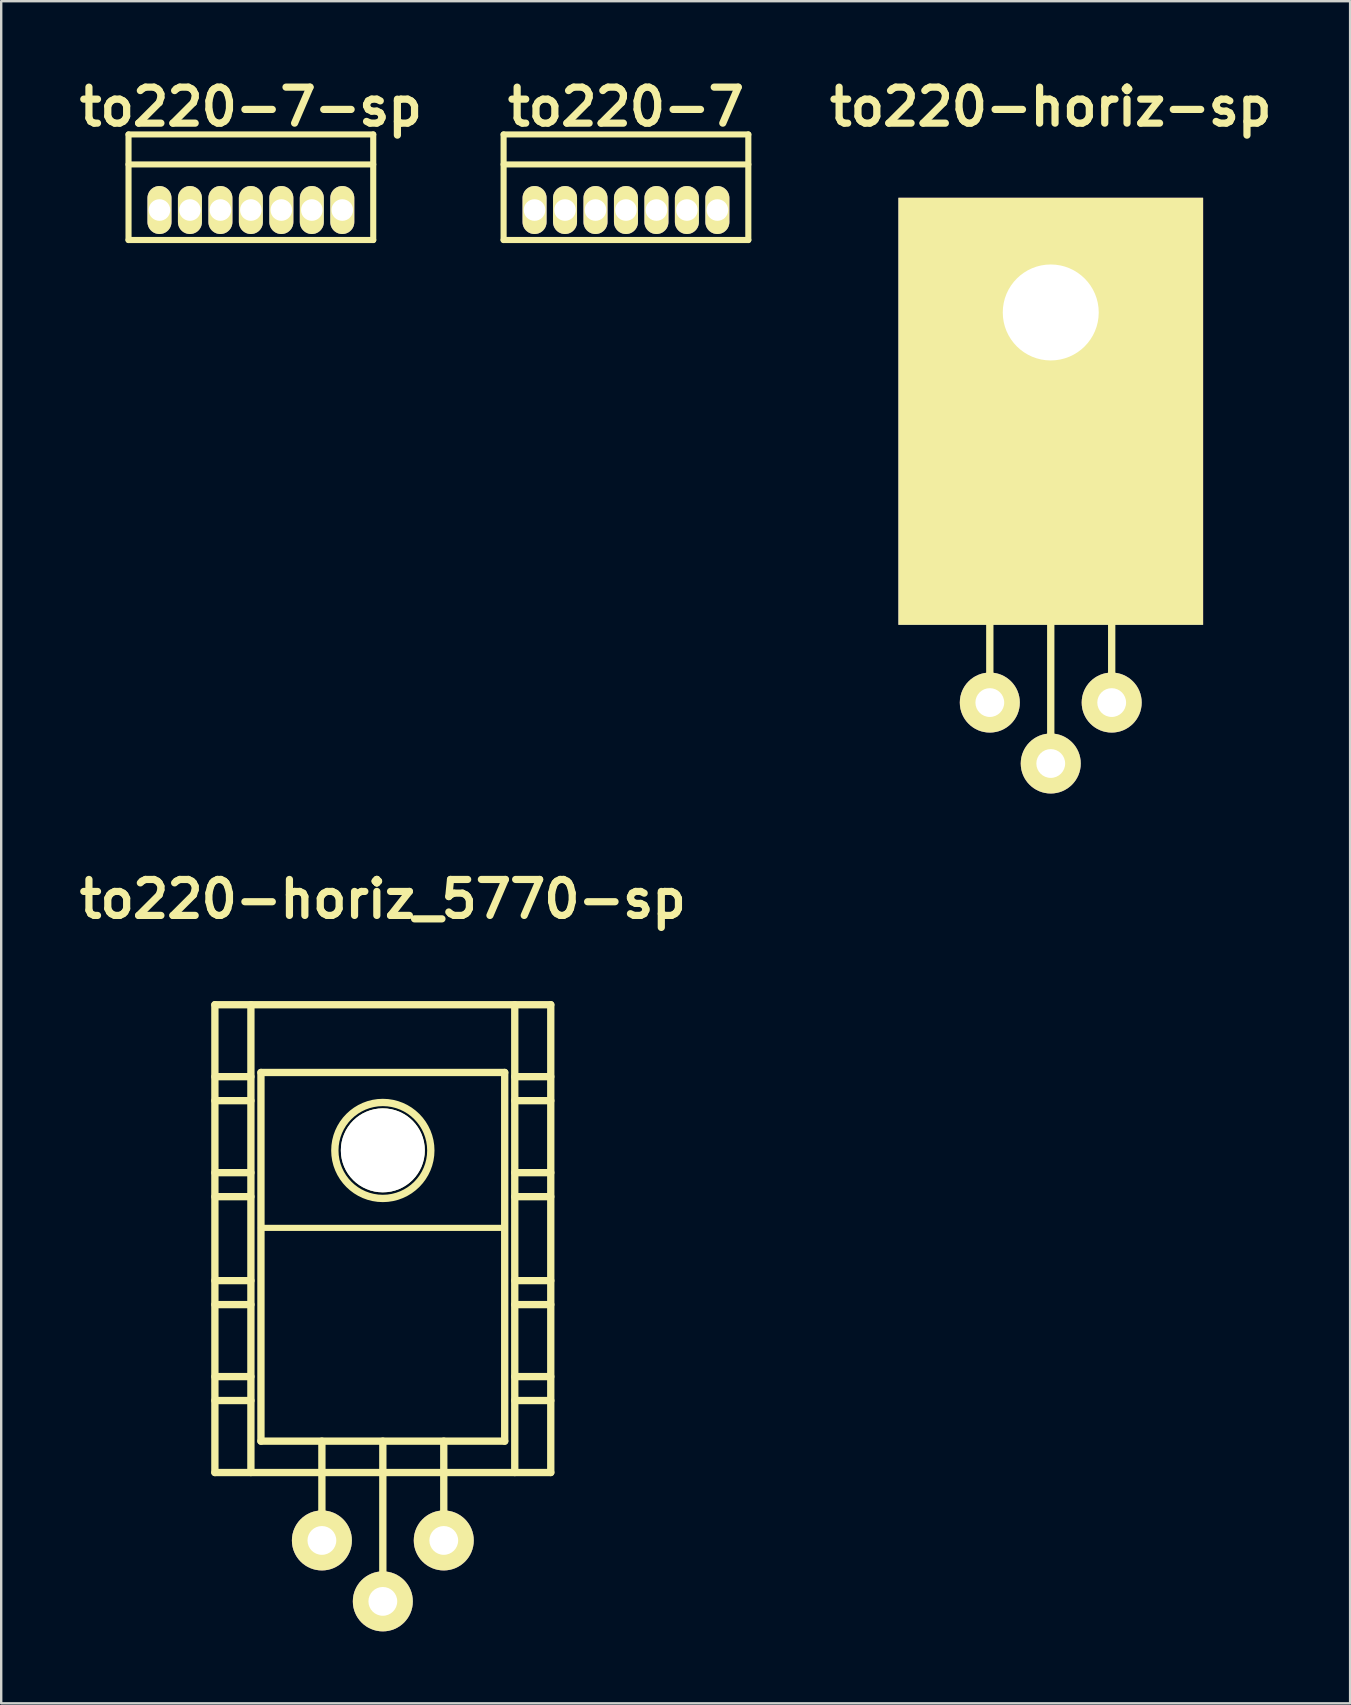
<source format=kicad_pcb>
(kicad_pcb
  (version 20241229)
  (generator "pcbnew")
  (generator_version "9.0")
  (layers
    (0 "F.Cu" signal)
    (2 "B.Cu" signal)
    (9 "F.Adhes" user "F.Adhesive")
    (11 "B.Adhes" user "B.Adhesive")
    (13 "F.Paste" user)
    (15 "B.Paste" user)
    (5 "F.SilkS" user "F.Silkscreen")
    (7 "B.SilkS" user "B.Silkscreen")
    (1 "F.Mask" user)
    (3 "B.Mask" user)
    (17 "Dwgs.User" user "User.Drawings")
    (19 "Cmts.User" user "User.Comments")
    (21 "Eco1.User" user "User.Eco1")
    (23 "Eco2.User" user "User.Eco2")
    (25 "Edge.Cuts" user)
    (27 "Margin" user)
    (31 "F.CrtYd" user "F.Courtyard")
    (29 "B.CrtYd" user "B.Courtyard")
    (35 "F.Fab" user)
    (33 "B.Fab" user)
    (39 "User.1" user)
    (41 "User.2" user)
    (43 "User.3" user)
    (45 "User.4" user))
  (footprint "to220-7"
    (layer "F.Cu")
    (at 23.041 5.704)
    (property "Reference" "to220-7" (at 0 -4.3 0) (layer "F.SilkS") (effects (font (size 1.5 1.5) (thickness 0.3))))
    (attr through_hole)
    (fp_line (start -5.1 -3.15) (end -5.1 1.25) (stroke (width 0.254) (type solid)) (layer "F.SilkS"))
    (fp_line (start -5.1 -1.9) (end 5.1 -1.9) (stroke (width 0.254) (type solid)) (layer "F.SilkS"))
    (fp_line (start -5.1 1.25) (end 5.1 1.25) (stroke (width 0.254) (type solid)) (layer "F.SilkS"))
    (fp_line (start 5.1 -3.15) (end -5.1 -3.15) (stroke (width 0.254) (type solid)) (layer "F.SilkS"))
    (fp_line (start 5.1 1.25) (end 5.1 -3.15) (stroke (width 0.254) (type solid)) (layer "F.SilkS"))
    (pad "1" thru_hole oval (at 3.81 0) (size 1 2) (drill 0.9) (layers "*.Cu" "*.Mask" "F.SilkS"))
    (pad "2" thru_hole oval (at 2.54 0) (size 1 2) (drill 0.9) (layers "*.Cu" "*.Mask" "F.SilkS"))
    (pad "3" thru_hole oval (at 1.27 0) (size 1 2) (drill 0.9) (layers "*.Cu" "*.Mask" "F.SilkS"))
    (pad "4" thru_hole oval (at 0 0) (size 1 2) (drill 0.9) (layers "*.Cu" "*.Mask" "F.SilkS"))
    (pad "5" thru_hole oval (at -1.27 0) (size 1 2) (drill 0.9) (layers "*.Cu" "*.Mask" "F.SilkS"))
    (pad "6" thru_hole oval (at -2.54 0) (size 1 2) (drill 0.9) (layers "*.Cu" "*.Mask" "F.SilkS"))
    (pad "7" thru_hole oval (at -3.81 0) (size 1 2) (drill 0.9) (layers "*.Cu" "*.Mask" "F.SilkS")))
  (footprint "to220-7-sp"
    (layer "F.Cu")
    (at 7.407 5.704)
    (property "Reference" "to220-7-sp" (at 0 -4.3 0) (layer "F.SilkS") (effects (font (size 1.5 1.5) (thickness 0.3))))
    (attr through_hole)
    (fp_line (start -5.1 -3.15) (end -5.1 1.25) (stroke (width 0.254) (type solid)) (layer "F.SilkS"))
    (fp_line (start -5.1 -1.9) (end 5.1 -1.9) (stroke (width 0.254) (type solid)) (layer "F.SilkS"))
    (fp_line (start -5.1 1.25) (end 5.1 1.25) (stroke (width 0.254) (type solid)) (layer "F.SilkS"))
    (fp_line (start 5.1 -3.15) (end -5.1 -3.15) (stroke (width 0.254) (type solid)) (layer "F.SilkS"))
    (fp_line (start 5.1 1.25) (end 5.1 -3.15) (stroke (width 0.254) (type solid)) (layer "F.SilkS"))
    (pad "1" thru_hole oval (at -3.81 0) (size 1 2) (drill 0.9) (layers "*.Cu" "*.Mask" "F.SilkS"))
    (pad "2" thru_hole oval (at -2.54 0) (size 1 2) (drill 0.9) (layers "*.Cu" "*.Mask" "F.SilkS"))
    (pad "3" thru_hole oval (at -1.27 0) (size 1 2) (drill 0.9) (layers "*.Cu" "*.Mask" "F.SilkS"))
    (pad "4" thru_hole oval (at 0 0) (size 1 2) (drill 0.9) (layers "*.Cu" "*.Mask" "F.SilkS"))
    (pad "5" thru_hole oval (at 1.27 0) (size 1 2) (drill 0.9) (layers "*.Cu" "*.Mask" "F.SilkS"))
    (pad "6" thru_hole oval (at 2.54 0) (size 1 2) (drill 0.9) (layers "*.Cu" "*.Mask" "F.SilkS"))
    (pad "7" thru_hole oval (at 3.81 0) (size 1 2) (drill 0.9) (layers "*.Cu" "*.Mask" "F.SilkS")))
  (footprint "to220-horiz-sp"
    (layer "F.Cu")
    (at 40.747 17.904)
    (property "Reference" "to220-horiz-sp" (at 0 -16.5 0) (layer "F.SilkS") (effects (font (size 1.5 1.5) (thickness 0.3))))
    (attr through_hole)
    (fp_line (start -5.08 -11.176) (end -5.08 4.191) (stroke (width 0.305) (type solid)) (layer "F.SilkS"))
    (fp_line (start -5.08 4.191) (end 5.08 4.191) (stroke (width 0.305) (type solid)) (layer "F.SilkS"))
    (fp_line (start -2.54 8.382) (end -2.54 4.191) (stroke (width 0.305) (type solid)) (layer "F.SilkS"))
    (fp_line (start 0 4.191) (end 0 10.922) (stroke (width 0.305) (type solid)) (layer "F.SilkS"))
    (fp_line (start 2.54 8.382) (end 2.54 4.191) (stroke (width 0.305) (type solid)) (layer "F.SilkS"))
    (fp_line (start 5.08 -11.176) (end -5.08 -11.176) (stroke (width 0.305) (type solid)) (layer "F.SilkS"))
    (fp_line (start 5.08 -4.699) (end -5.08 -4.699) (stroke (width 0.254) (type solid)) (layer "F.SilkS"))
    (fp_line (start 5.08 4.191) (end 5.08 -11.176) (stroke (width 0.305) (type solid)) (layer "F.SilkS"))
    (pad "1" thru_hole circle (at -2.54 8.33) (size 2.5 2.5) (drill 1.2) (layers "*.Cu" "*.Mask" "F.SilkS"))
    (pad "2" thru_hole circle (at 0 10.87) (size 2.5 2.5) (drill 1.2) (layers "*.Cu" "*.Mask" "F.SilkS"))
    (pad "3" thru_hole circle (at 2.54 8.33) (size 2.5 2.5) (drill 1.2) (layers "*.Cu" "*.Mask" "F.SilkS"))
    (pad "4" thru_hole rect (at 0 -7.93) (size 12.7 17.8) (drill 4 (offset 0 4.12)) (layers "F.Cu" "F.Mask" "F.SilkS")))
  (footprint "to220-horiz_5770-sp"
    (layer "F.Cu")
    (at 12.907 52.828)
    (property "Reference" "to220-horiz_5770-sp" (at 0 -18.4 0) (layer "F.SilkS") (effects (font (size 1.5 1.5) (thickness 0.3))))
    (attr through_hole)
    (fp_line (start -7 -14) (end -7 5.499) (stroke (width 0.305) (type solid)) (layer "F.SilkS"))
    (fp_line (start -7 -11.001) (end -5.499 -11.001) (stroke (width 0.305) (type solid)) (layer "F.SilkS"))
    (fp_line (start -7 -10) (end -5.499 -10) (stroke (width 0.305) (type solid)) (layer "F.SilkS"))
    (fp_line (start -7 -7) (end -5.499 -7) (stroke (width 0.305) (type solid)) (layer "F.SilkS"))
    (fp_line (start -7 -5.999) (end -5.499 -5.999) (stroke (width 0.305) (type solid)) (layer "F.SilkS"))
    (fp_line (start -7 -2.499) (end -5.499 -2.499) (stroke (width 0.305) (type solid)) (layer "F.SilkS"))
    (fp_line (start -7 -1.501) (end -5.499 -1.501) (stroke (width 0.305) (type solid)) (layer "F.SilkS"))
    (fp_line (start -7 1.501) (end -5.499 1.501) (stroke (width 0.305) (type solid)) (layer "F.SilkS"))
    (fp_line (start -7 2.499) (end -5.499 2.499) (stroke (width 0.305) (type solid)) (layer "F.SilkS"))
    (fp_line (start -7 5.499) (end 7 5.499) (stroke (width 0.305) (type solid)) (layer "F.SilkS"))
    (fp_line (start -5.499 5.499) (end -5.499 -14) (stroke (width 0.305) (type solid)) (layer "F.SilkS"))
    (fp_line (start -5.08 -11.176) (end -5.08 4.191) (stroke (width 0.305) (type solid)) (layer "F.SilkS"))
    (fp_line (start -5.08 4.191) (end 5.08 4.191) (stroke (width 0.305) (type solid)) (layer "F.SilkS"))
    (fp_line (start -2.54 8.382) (end -2.54 4.191) (stroke (width 0.305) (type solid)) (layer "F.SilkS"))
    (fp_line (start 0 4.191) (end 0 10.922) (stroke (width 0.305) (type solid)) (layer "F.SilkS"))
    (fp_line (start 2.54 8.382) (end 2.54 4.191) (stroke (width 0.305) (type solid)) (layer "F.SilkS"))
    (fp_line (start 5.08 -11.176) (end -5.08 -11.176) (stroke (width 0.305) (type solid)) (layer "F.SilkS"))
    (fp_line (start 5.08 -4.699) (end -5.08 -4.699) (stroke (width 0.254) (type solid)) (layer "F.SilkS"))
    (fp_line (start 5.08 4.191) (end 5.08 -11.176) (stroke (width 0.305) (type solid)) (layer "F.SilkS"))
    (fp_line (start 5.499 -14) (end 5.499 5.499) (stroke (width 0.305) (type solid)) (layer "F.SilkS"))
    (fp_line (start 5.499 -11.001) (end 7 -11.001) (stroke (width 0.305) (type solid)) (layer "F.SilkS"))
    (fp_line (start 5.499 -10) (end 7 -10) (stroke (width 0.305) (type solid)) (layer "F.SilkS"))
    (fp_line (start 5.499 -7) (end 7 -7) (stroke (width 0.305) (type solid)) (layer "F.SilkS"))
    (fp_line (start 5.499 -5.999) (end 7 -5.999) (stroke (width 0.305) (type solid)) (layer "F.SilkS"))
    (fp_line (start 5.499 -2.499) (end 7 -2.499) (stroke (width 0.305) (type solid)) (layer "F.SilkS"))
    (fp_line (start 5.499 -1.501) (end 7 -1.501) (stroke (width 0.305) (type solid)) (layer "F.SilkS"))
    (fp_line (start 5.499 1.501) (end 7 1.501) (stroke (width 0.305) (type solid)) (layer "F.SilkS"))
    (fp_line (start 5.499 2.499) (end 7 2.499) (stroke (width 0.305) (type solid)) (layer "F.SilkS"))
    (fp_line (start 7 -14) (end -7 -14) (stroke (width 0.305) (type solid)) (layer "F.SilkS"))
    (fp_line (start 7 5.499) (end 7 -14) (stroke (width 0.305) (type solid)) (layer "F.SilkS"))
    (fp_circle (center 0 -7.925) (end -1.999 -8.001) (stroke (width 0.305) (type solid)) (fill no) (layer "F.SilkS"))
    (pad "" np_thru_hole circle (at 0 -7.93) (size 3.5 3.5) (drill 3.5) (layers "*.Cu" "*.Mask" "F.SilkS"))
    (pad "1" thru_hole circle (at -2.54 8.33) (size 2.5 2.5) (drill 1.2) (layers "*.Cu" "*.Mask" "F.SilkS"))
    (pad "2" thru_hole circle (at 0 10.87) (size 2.5 2.5) (drill 1.2) (layers "*.Cu" "*.Mask" "F.SilkS"))
    (pad "3" thru_hole circle (at 2.54 8.33) (size 2.5 2.5) (drill 1.2) (layers "*.Cu" "*.Mask" "F.SilkS")))
  (gr_rect
    (start -3 -3)
    (end 53.225 67.948)
    (stroke (width 0.1) (type default))
    (fill no)
    (layer "Edge.Cuts")))
</source>
